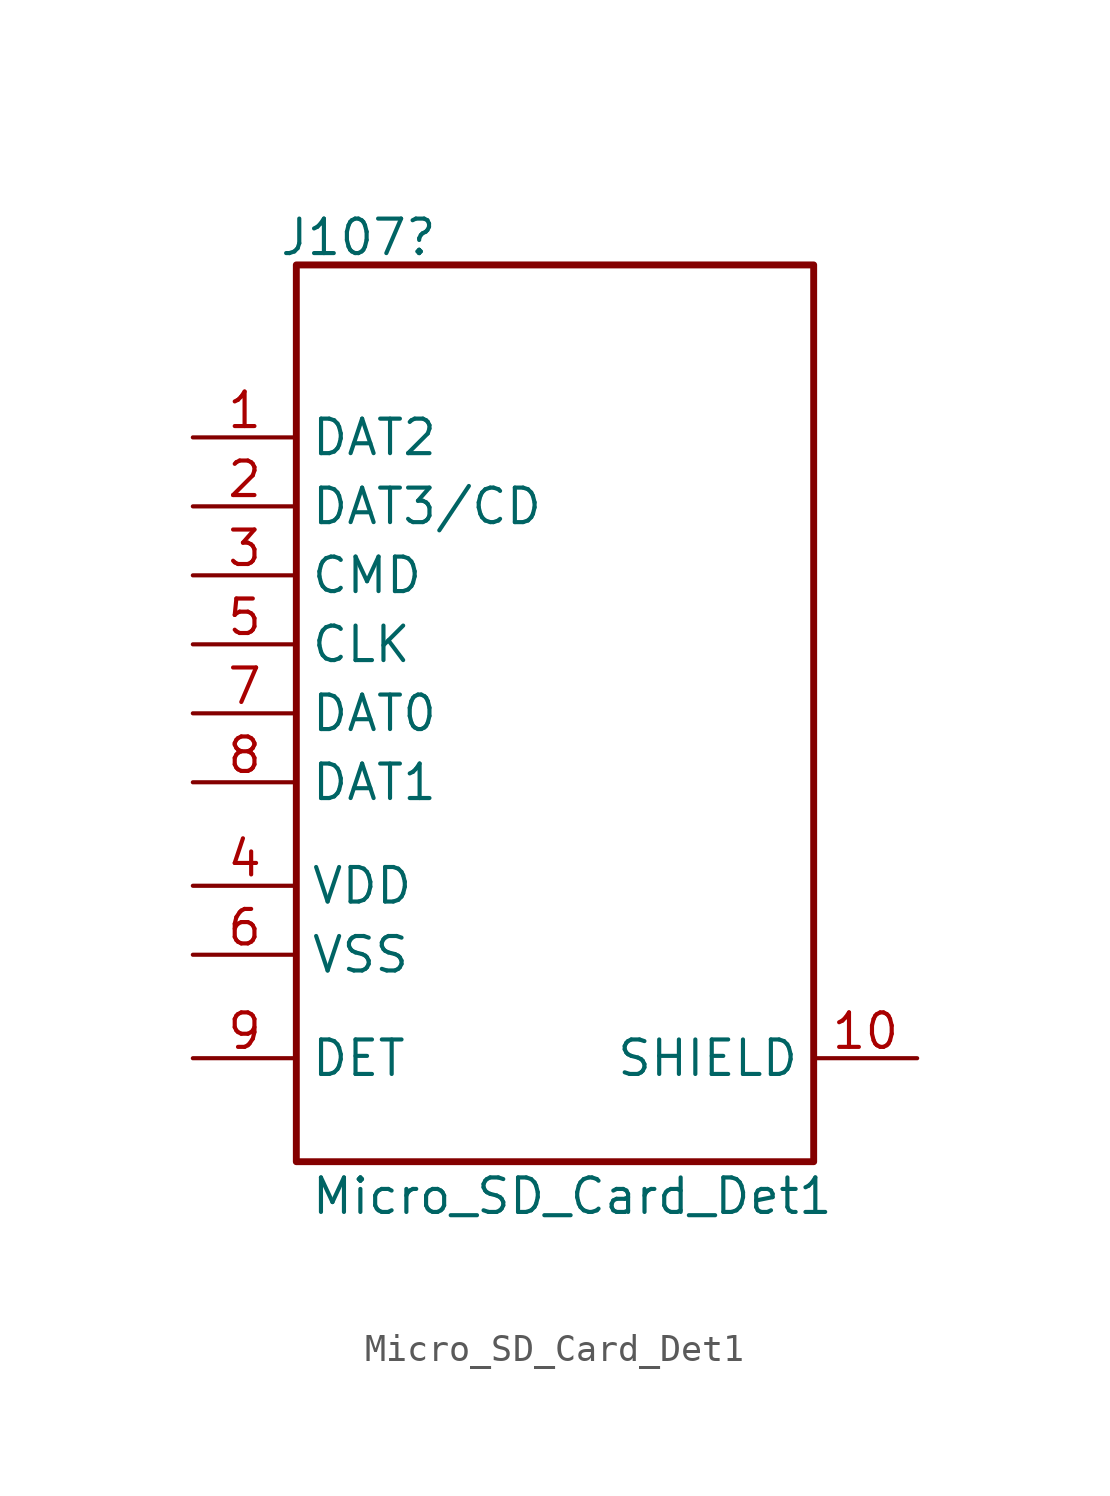
<source format=kicad_sym>
(kicad_symbol_lib
  (version 20241209)
  (generator "kicad_symbol_editor")
  (generator_version "9.0")
  (symbol "Micro_SD_Card_Det1"
    (property "Reference" "J107"
      (at 2.286 34.036 0)
      (effects (font (size 1.27 1.27))))
    (property "Value" "Micro_SD_Card_Det1"
      (at 10.16 -1.27 0)
      (effects (font (size 1.27 1.27))))
    (symbol "Micro_SD_Card_Det1_0_1"
      (polyline (pts (xy 0 33.02) (xy 0 0) (xy 19.05 0) (xy 19.05 33.02) (xy 0 33.02)) (stroke (width 0.254) (type default)) (fill (type none))))
    (symbol "Micro_SD_Card_Det1_1_1"
      (pin bidirectional line (at -3.81 26.67 0) (length 3.81) (name "DAT2" (effects (font (size 1.27 1.27)))) (number "1" (effects (font (size 1.27 1.27)))))
      (pin bidirectional line (at -3.81 24.13 0) (length 3.81) (name "DAT3/CD" (effects (font (size 1.27 1.27)))) (number "2" (effects (font (size 1.27 1.27)))))
      (pin input line (at -3.81 21.59 0) (length 3.81) (name "CMD" (effects (font (size 1.27 1.27)))) (number "3" (effects (font (size 1.27 1.27)))))
      (pin input line (at -3.81 19.05 0) (length 3.81) (name "CLK" (effects (font (size 1.27 1.27)))) (number "5" (effects (font (size 1.27 1.27)))))
      (pin bidirectional line (at -3.81 16.51 0) (length 3.81) (name "DAT0" (effects (font (size 1.27 1.27)))) (number "7" (effects (font (size 1.27 1.27)))))
      (pin bidirectional line (at -3.81 13.97 0) (length 3.81) (name "DAT1" (effects (font (size 1.27 1.27)))) (number "8" (effects (font (size 1.27 1.27)))))
      (pin power_in line (at -3.81 10.16 0) (length 3.81) (name "VDD" (effects (font (size 1.27 1.27)))) (number "4" (effects (font (size 1.27 1.27)))))
      (pin power_in line (at -3.81 7.62 0) (length 3.81) (name "VSS" (effects (font (size 1.27 1.27)))) (number "6" (effects (font (size 1.27 1.27)))))
      (pin passive line (at -3.81 3.81 0) (length 3.81) (name "DET" (effects (font (size 1.27 1.27)))) (number "9" (effects (font (size 1.27 1.27)))))
      (pin passive line (at 22.86 3.81 180) (length 3.81) (name "SHIELD" (effects (font (size 1.27 1.27)))) (number "10" (effects (font (size 1.27 1.27))))))))
</source>
